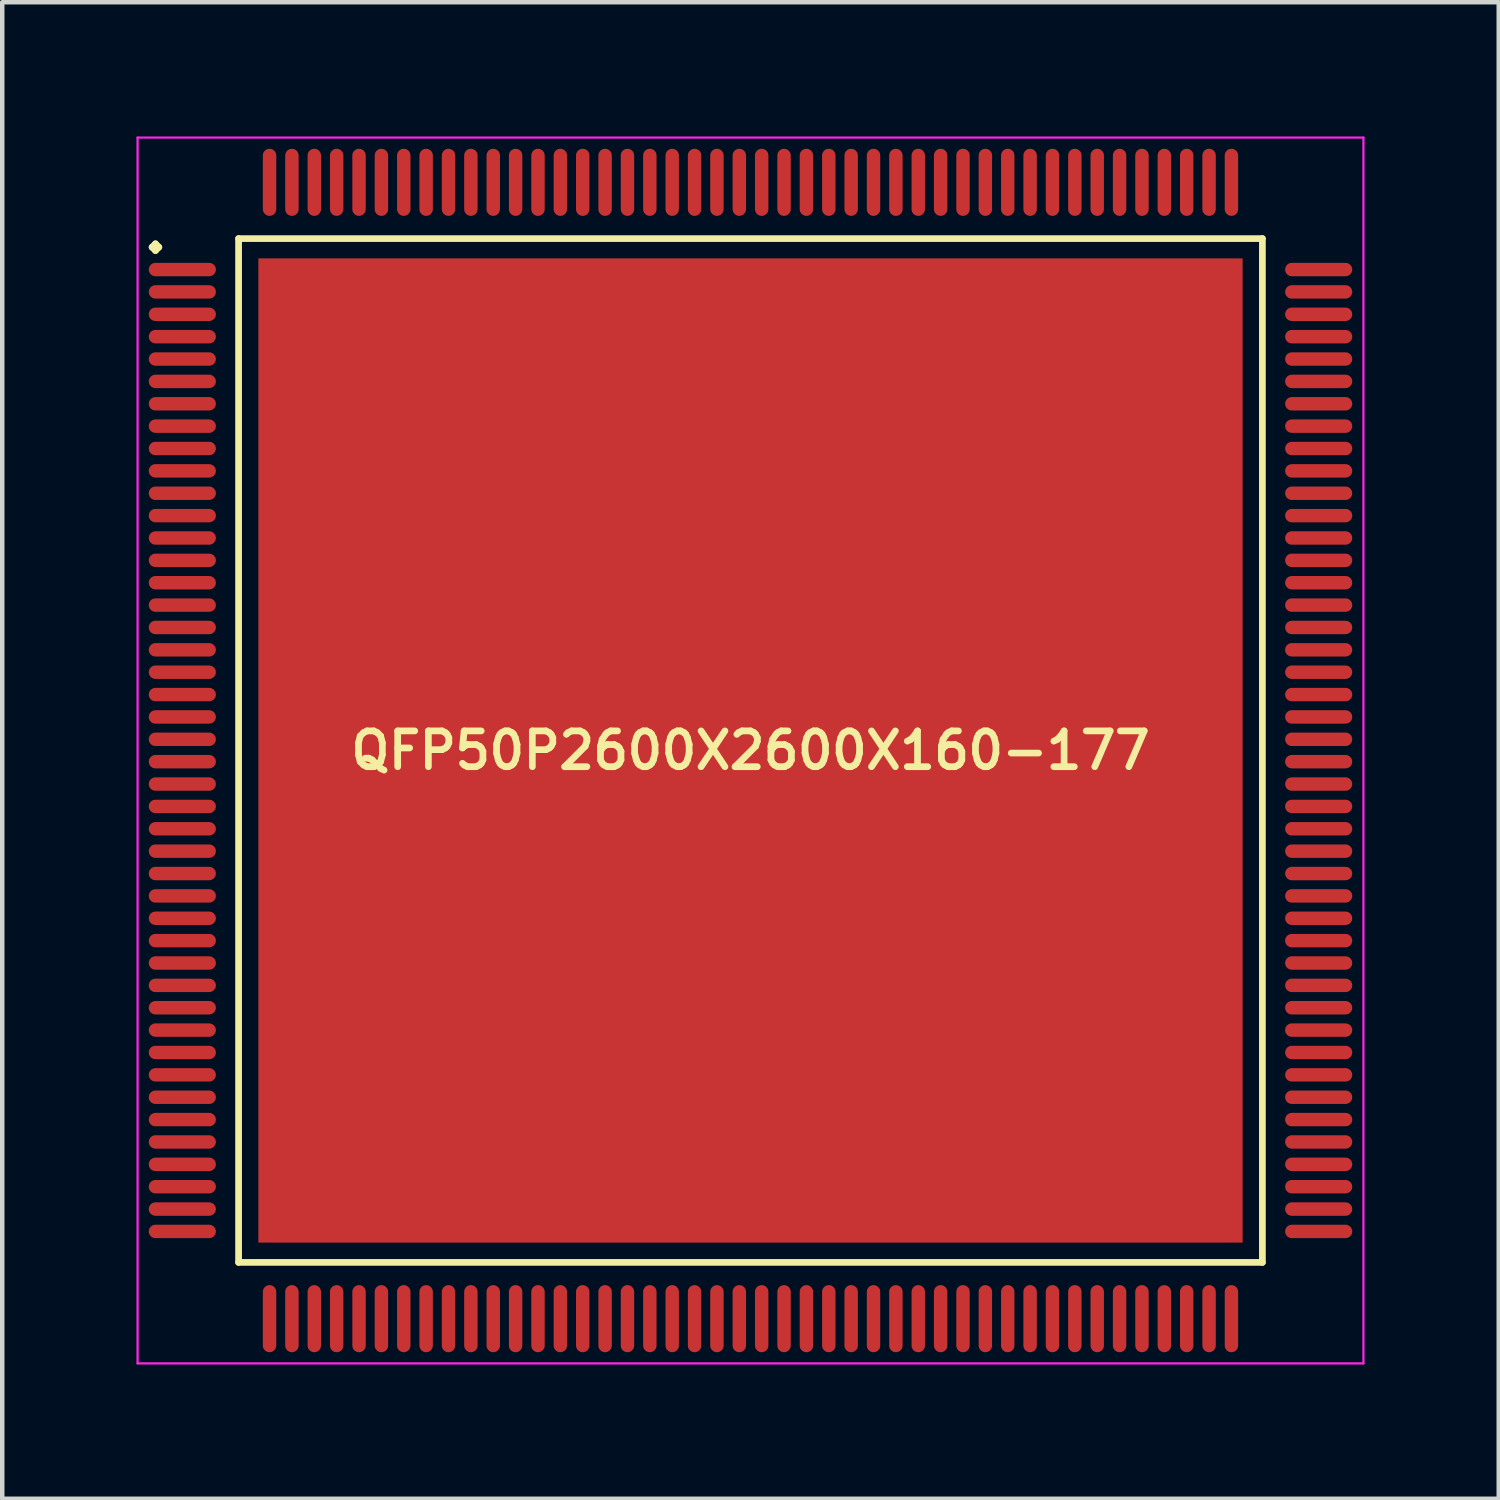
<source format=kicad_pcb>
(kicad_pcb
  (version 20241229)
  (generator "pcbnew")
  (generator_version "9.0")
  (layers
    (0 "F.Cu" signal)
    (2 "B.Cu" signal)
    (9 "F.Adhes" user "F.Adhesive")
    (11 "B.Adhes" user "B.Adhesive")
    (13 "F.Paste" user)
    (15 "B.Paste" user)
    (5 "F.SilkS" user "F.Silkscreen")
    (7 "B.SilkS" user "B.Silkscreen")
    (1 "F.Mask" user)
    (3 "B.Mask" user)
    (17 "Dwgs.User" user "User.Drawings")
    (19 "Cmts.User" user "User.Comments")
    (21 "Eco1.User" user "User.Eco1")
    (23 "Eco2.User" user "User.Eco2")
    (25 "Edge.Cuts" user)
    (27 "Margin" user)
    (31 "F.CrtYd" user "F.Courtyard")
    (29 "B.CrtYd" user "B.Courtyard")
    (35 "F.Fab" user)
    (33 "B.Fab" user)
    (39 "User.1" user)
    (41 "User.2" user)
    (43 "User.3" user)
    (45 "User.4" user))
  (footprint "QFP50P2600X2600X160-177"
    (layer "F.Cu")
    (at 13.725 13.725)
    (property "Reference" "QFP50P2600X2600X160-177" (at 0 0 0) (layer "F.SilkS") (effects (font (size 0.8 0.8) (thickness 0.15))))
    (attr smd)
    (fp_line (start -13.375 -11.25) (end -13.3 -11.325) (stroke (width 0.15) (type solid)) (layer "F.SilkS"))
    (fp_line (start -13.3 -11.325) (end -13.225 -11.25) (stroke (width 0.15) (type solid)) (layer "F.SilkS"))
    (fp_line (start -13.3 -11.175) (end -13.375 -11.25) (stroke (width 0.15) (type solid)) (layer "F.SilkS"))
    (fp_line (start -13.225 -11.25) (end -13.3 -11.175) (stroke (width 0.15) (type solid)) (layer "F.SilkS"))
    (fp_line (start -11.442 -11.442) (end -11.442 11.442) (stroke (width 0.15) (type solid)) (layer "F.SilkS"))
    (fp_line (start -11.442 11.442) (end 11.442 11.442) (stroke (width 0.15) (type solid)) (layer "F.SilkS"))
    (fp_line (start 11.442 -11.442) (end -11.442 -11.442) (stroke (width 0.15) (type solid)) (layer "F.SilkS"))
    (fp_line (start 11.442 11.442) (end 11.442 -11.442) (stroke (width 0.15) (type solid)) (layer "F.SilkS"))
    (fp_line (start -13.7 -13.7) (end 13.7 -13.7) (stroke (width 0.05) (type solid)) (layer "F.CrtYd"))
    (fp_line (start -13.7 13.7) (end -13.7 -13.7) (stroke (width 0.05) (type solid)) (layer "F.CrtYd"))
    (fp_line (start 13.7 -13.7) (end 13.7 13.7) (stroke (width 0.05) (type solid)) (layer "F.CrtYd"))
    (fp_line (start 13.7 13.7) (end -13.7 13.7) (stroke (width 0.05) (type solid)) (layer "F.CrtYd"))
    (pad "1" smd oval (at -12.7 -10.75) (size 1.5 0.3) (layers "F.Cu" "F.Mask" "F.Paste"))
    (pad "2" smd oval (at -12.7 -10.25) (size 1.5 0.3) (layers "F.Cu" "F.Mask" "F.Paste"))
    (pad "3" smd oval (at -12.7 -9.75) (size 1.5 0.3) (layers "F.Cu" "F.Mask" "F.Paste"))
    (pad "4" smd oval (at -12.7 -9.25) (size 1.5 0.3) (layers "F.Cu" "F.Mask" "F.Paste"))
    (pad "5" smd oval (at -12.7 -8.75) (size 1.5 0.3) (layers "F.Cu" "F.Mask" "F.Paste"))
    (pad "6" smd oval (at -12.7 -8.25) (size 1.5 0.3) (layers "F.Cu" "F.Mask" "F.Paste"))
    (pad "7" smd oval (at -12.7 -7.75) (size 1.5 0.3) (layers "F.Cu" "F.Mask" "F.Paste"))
    (pad "8" smd oval (at -12.7 -7.25) (size 1.5 0.3) (layers "F.Cu" "F.Mask" "F.Paste"))
    (pad "9" smd oval (at -12.7 -6.75) (size 1.5 0.3) (layers "F.Cu" "F.Mask" "F.Paste"))
    (pad "10" smd oval (at -12.7 -6.25) (size 1.5 0.3) (layers "F.Cu" "F.Mask" "F.Paste"))
    (pad "11" smd oval (at -12.7 -5.75) (size 1.5 0.3) (layers "F.Cu" "F.Mask" "F.Paste"))
    (pad "12" smd oval (at -12.7 -5.25) (size 1.5 0.3) (layers "F.Cu" "F.Mask" "F.Paste"))
    (pad "13" smd oval (at -12.7 -4.75) (size 1.5 0.3) (layers "F.Cu" "F.Mask" "F.Paste"))
    (pad "14" smd oval (at -12.7 -4.25) (size 1.5 0.3) (layers "F.Cu" "F.Mask" "F.Paste"))
    (pad "15" smd oval (at -12.7 -3.75) (size 1.5 0.3) (layers "F.Cu" "F.Mask" "F.Paste"))
    (pad "16" smd oval (at -12.7 -3.25) (size 1.5 0.3) (layers "F.Cu" "F.Mask" "F.Paste"))
    (pad "17" smd oval (at -12.7 -2.75) (size 1.5 0.3) (layers "F.Cu" "F.Mask" "F.Paste"))
    (pad "18" smd oval (at -12.7 -2.25) (size 1.5 0.3) (layers "F.Cu" "F.Mask" "F.Paste"))
    (pad "19" smd oval (at -12.7 -1.75) (size 1.5 0.3) (layers "F.Cu" "F.Mask" "F.Paste"))
    (pad "20" smd oval (at -12.7 -1.25) (size 1.5 0.3) (layers "F.Cu" "F.Mask" "F.Paste"))
    (pad "21" smd oval (at -12.7 -0.75) (size 1.5 0.3) (layers "F.Cu" "F.Mask" "F.Paste"))
    (pad "22" smd oval (at -12.7 -0.25) (size 1.5 0.3) (layers "F.Cu" "F.Mask" "F.Paste"))
    (pad "23" smd oval (at -12.7 0.25) (size 1.5 0.3) (layers "F.Cu" "F.Mask" "F.Paste"))
    (pad "24" smd oval (at -12.7 0.75) (size 1.5 0.3) (layers "F.Cu" "F.Mask" "F.Paste"))
    (pad "25" smd oval (at -12.7 1.25) (size 1.5 0.3) (layers "F.Cu" "F.Mask" "F.Paste"))
    (pad "26" smd oval (at -12.7 1.75) (size 1.5 0.3) (layers "F.Cu" "F.Mask" "F.Paste"))
    (pad "27" smd oval (at -12.7 2.25) (size 1.5 0.3) (layers "F.Cu" "F.Mask" "F.Paste"))
    (pad "28" smd oval (at -12.7 2.75) (size 1.5 0.3) (layers "F.Cu" "F.Mask" "F.Paste"))
    (pad "29" smd oval (at -12.7 3.25) (size 1.5 0.3) (layers "F.Cu" "F.Mask" "F.Paste"))
    (pad "30" smd oval (at -12.7 3.75) (size 1.5 0.3) (layers "F.Cu" "F.Mask" "F.Paste"))
    (pad "31" smd oval (at -12.7 4.25) (size 1.5 0.3) (layers "F.Cu" "F.Mask" "F.Paste"))
    (pad "32" smd oval (at -12.7 4.75) (size 1.5 0.3) (layers "F.Cu" "F.Mask" "F.Paste"))
    (pad "33" smd oval (at -12.7 5.25) (size 1.5 0.3) (layers "F.Cu" "F.Mask" "F.Paste"))
    (pad "34" smd oval (at -12.7 5.75) (size 1.5 0.3) (layers "F.Cu" "F.Mask" "F.Paste"))
    (pad "35" smd oval (at -12.7 6.25) (size 1.5 0.3) (layers "F.Cu" "F.Mask" "F.Paste"))
    (pad "36" smd oval (at -12.7 6.75) (size 1.5 0.3) (layers "F.Cu" "F.Mask" "F.Paste"))
    (pad "37" smd oval (at -12.7 7.25) (size 1.5 0.3) (layers "F.Cu" "F.Mask" "F.Paste"))
    (pad "38" smd oval (at -12.7 7.75) (size 1.5 0.3) (layers "F.Cu" "F.Mask" "F.Paste"))
    (pad "39" smd oval (at -12.7 8.25) (size 1.5 0.3) (layers "F.Cu" "F.Mask" "F.Paste"))
    (pad "40" smd oval (at -12.7 8.75) (size 1.5 0.3) (layers "F.Cu" "F.Mask" "F.Paste"))
    (pad "41" smd oval (at -12.7 9.25) (size 1.5 0.3) (layers "F.Cu" "F.Mask" "F.Paste"))
    (pad "42" smd oval (at -12.7 9.75) (size 1.5 0.3) (layers "F.Cu" "F.Mask" "F.Paste"))
    (pad "43" smd oval (at -12.7 10.25) (size 1.5 0.3) (layers "F.Cu" "F.Mask" "F.Paste"))
    (pad "44" smd oval (at -12.7 10.75) (size 1.5 0.3) (layers "F.Cu" "F.Mask" "F.Paste"))
    (pad "45" smd oval (at -10.75 12.7) (size 0.3 1.5) (layers "F.Cu" "F.Mask" "F.Paste"))
    (pad "46" smd oval (at -10.25 12.7) (size 0.3 1.5) (layers "F.Cu" "F.Mask" "F.Paste"))
    (pad "47" smd oval (at -9.75 12.7) (size 0.3 1.5) (layers "F.Cu" "F.Mask" "F.Paste"))
    (pad "48" smd oval (at -9.25 12.7) (size 0.3 1.5) (layers "F.Cu" "F.Mask" "F.Paste"))
    (pad "49" smd oval (at -8.75 12.7) (size 0.3 1.5) (layers "F.Cu" "F.Mask" "F.Paste"))
    (pad "50" smd oval (at -8.25 12.7) (size 0.3 1.5) (layers "F.Cu" "F.Mask" "F.Paste"))
    (pad "51" smd oval (at -7.75 12.7) (size 0.3 1.5) (layers "F.Cu" "F.Mask" "F.Paste"))
    (pad "52" smd oval (at -7.25 12.7) (size 0.3 1.5) (layers "F.Cu" "F.Mask" "F.Paste"))
    (pad "53" smd oval (at -6.75 12.7) (size 0.3 1.5) (layers "F.Cu" "F.Mask" "F.Paste"))
    (pad "54" smd oval (at -6.25 12.7) (size 0.3 1.5) (layers "F.Cu" "F.Mask" "F.Paste"))
    (pad "55" smd oval (at -5.75 12.7) (size 0.3 1.5) (layers "F.Cu" "F.Mask" "F.Paste"))
    (pad "56" smd oval (at -5.25 12.7) (size 0.3 1.5) (layers "F.Cu" "F.Mask" "F.Paste"))
    (pad "57" smd oval (at -4.75 12.7) (size 0.3 1.5) (layers "F.Cu" "F.Mask" "F.Paste"))
    (pad "58" smd oval (at -4.25 12.7) (size 0.3 1.5) (layers "F.Cu" "F.Mask" "F.Paste"))
    (pad "59" smd oval (at -3.75 12.7) (size 0.3 1.5) (layers "F.Cu" "F.Mask" "F.Paste"))
    (pad "60" smd oval (at -3.25 12.7) (size 0.3 1.5) (layers "F.Cu" "F.Mask" "F.Paste"))
    (pad "61" smd oval (at -2.75 12.7) (size 0.3 1.5) (layers "F.Cu" "F.Mask" "F.Paste"))
    (pad "62" smd oval (at -2.25 12.7) (size 0.3 1.5) (layers "F.Cu" "F.Mask" "F.Paste"))
    (pad "63" smd oval (at -1.75 12.7) (size 0.3 1.5) (layers "F.Cu" "F.Mask" "F.Paste"))
    (pad "64" smd oval (at -1.25 12.7) (size 0.3 1.5) (layers "F.Cu" "F.Mask" "F.Paste"))
    (pad "65" smd oval (at -0.75 12.7) (size 0.3 1.5) (layers "F.Cu" "F.Mask" "F.Paste"))
    (pad "66" smd oval (at -0.25 12.7) (size 0.3 1.5) (layers "F.Cu" "F.Mask" "F.Paste"))
    (pad "67" smd oval (at 0.25 12.7) (size 0.3 1.5) (layers "F.Cu" "F.Mask" "F.Paste"))
    (pad "68" smd oval (at 0.75 12.7) (size 0.3 1.5) (layers "F.Cu" "F.Mask" "F.Paste"))
    (pad "69" smd oval (at 1.25 12.7) (size 0.3 1.5) (layers "F.Cu" "F.Mask" "F.Paste"))
    (pad "70" smd oval (at 1.75 12.7) (size 0.3 1.5) (layers "F.Cu" "F.Mask" "F.Paste"))
    (pad "71" smd oval (at 2.25 12.7) (size 0.3 1.5) (layers "F.Cu" "F.Mask" "F.Paste"))
    (pad "72" smd oval (at 2.75 12.7) (size 0.3 1.5) (layers "F.Cu" "F.Mask" "F.Paste"))
    (pad "73" smd oval (at 3.25 12.7) (size 0.3 1.5) (layers "F.Cu" "F.Mask" "F.Paste"))
    (pad "74" smd oval (at 3.75 12.7) (size 0.3 1.5) (layers "F.Cu" "F.Mask" "F.Paste"))
    (pad "75" smd oval (at 4.25 12.7) (size 0.3 1.5) (layers "F.Cu" "F.Mask" "F.Paste"))
    (pad "76" smd oval (at 4.75 12.7) (size 0.3 1.5) (layers "F.Cu" "F.Mask" "F.Paste"))
    (pad "77" smd oval (at 5.25 12.7) (size 0.3 1.5) (layers "F.Cu" "F.Mask" "F.Paste"))
    (pad "78" smd oval (at 5.75 12.7) (size 0.3 1.5) (layers "F.Cu" "F.Mask" "F.Paste"))
    (pad "79" smd oval (at 6.25 12.7) (size 0.3 1.5) (layers "F.Cu" "F.Mask" "F.Paste"))
    (pad "80" smd oval (at 6.75 12.7) (size 0.3 1.5) (layers "F.Cu" "F.Mask" "F.Paste"))
    (pad "81" smd oval (at 7.25 12.7) (size 0.3 1.5) (layers "F.Cu" "F.Mask" "F.Paste"))
    (pad "82" smd oval (at 7.75 12.7) (size 0.3 1.5) (layers "F.Cu" "F.Mask" "F.Paste"))
    (pad "83" smd oval (at 8.25 12.7) (size 0.3 1.5) (layers "F.Cu" "F.Mask" "F.Paste"))
    (pad "84" smd oval (at 8.75 12.7) (size 0.3 1.5) (layers "F.Cu" "F.Mask" "F.Paste"))
    (pad "85" smd oval (at 9.25 12.7) (size 0.3 1.5) (layers "F.Cu" "F.Mask" "F.Paste"))
    (pad "86" smd oval (at 9.75 12.7) (size 0.3 1.5) (layers "F.Cu" "F.Mask" "F.Paste"))
    (pad "87" smd oval (at 10.25 12.7) (size 0.3 1.5) (layers "F.Cu" "F.Mask" "F.Paste"))
    (pad "88" smd oval (at 10.75 12.7) (size 0.3 1.5) (layers "F.Cu" "F.Mask" "F.Paste"))
    (pad "89" smd oval (at 12.7 10.75) (size 1.5 0.3) (layers "F.Cu" "F.Mask" "F.Paste"))
    (pad "90" smd oval (at 12.7 10.25) (size 1.5 0.3) (layers "F.Cu" "F.Mask" "F.Paste"))
    (pad "91" smd oval (at 12.7 9.75) (size 1.5 0.3) (layers "F.Cu" "F.Mask" "F.Paste"))
    (pad "92" smd oval (at 12.7 9.25) (size 1.5 0.3) (layers "F.Cu" "F.Mask" "F.Paste"))
    (pad "93" smd oval (at 12.7 8.75) (size 1.5 0.3) (layers "F.Cu" "F.Mask" "F.Paste"))
    (pad "94" smd oval (at 12.7 8.25) (size 1.5 0.3) (layers "F.Cu" "F.Mask" "F.Paste"))
    (pad "95" smd oval (at 12.7 7.75) (size 1.5 0.3) (layers "F.Cu" "F.Mask" "F.Paste"))
    (pad "96" smd oval (at 12.7 7.25) (size 1.5 0.3) (layers "F.Cu" "F.Mask" "F.Paste"))
    (pad "97" smd oval (at 12.7 6.75) (size 1.5 0.3) (layers "F.Cu" "F.Mask" "F.Paste"))
    (pad "98" smd oval (at 12.7 6.25) (size 1.5 0.3) (layers "F.Cu" "F.Mask" "F.Paste"))
    (pad "99" smd oval (at 12.7 5.75) (size 1.5 0.3) (layers "F.Cu" "F.Mask" "F.Paste"))
    (pad "100" smd oval (at 12.7 5.25) (size 1.5 0.3) (layers "F.Cu" "F.Mask" "F.Paste"))
    (pad "101" smd oval (at 12.7 4.75) (size 1.5 0.3) (layers "F.Cu" "F.Mask" "F.Paste"))
    (pad "102" smd oval (at 12.7 4.25) (size 1.5 0.3) (layers "F.Cu" "F.Mask" "F.Paste"))
    (pad "103" smd oval (at 12.7 3.75) (size 1.5 0.3) (layers "F.Cu" "F.Mask" "F.Paste"))
    (pad "104" smd oval (at 12.7 3.25) (size 1.5 0.3) (layers "F.Cu" "F.Mask" "F.Paste"))
    (pad "105" smd oval (at 12.7 2.75) (size 1.5 0.3) (layers "F.Cu" "F.Mask" "F.Paste"))
    (pad "106" smd oval (at 12.7 2.25) (size 1.5 0.3) (layers "F.Cu" "F.Mask" "F.Paste"))
    (pad "107" smd oval (at 12.7 1.75) (size 1.5 0.3) (layers "F.Cu" "F.Mask" "F.Paste"))
    (pad "108" smd oval (at 12.7 1.25) (size 1.5 0.3) (layers "F.Cu" "F.Mask" "F.Paste"))
    (pad "109" smd oval (at 12.7 0.75) (size 1.5 0.3) (layers "F.Cu" "F.Mask" "F.Paste"))
    (pad "110" smd oval (at 12.7 0.25) (size 1.5 0.3) (layers "F.Cu" "F.Mask" "F.Paste"))
    (pad "111" smd oval (at 12.7 -0.25) (size 1.5 0.3) (layers "F.Cu" "F.Mask" "F.Paste"))
    (pad "112" smd oval (at 12.7 -0.75) (size 1.5 0.3) (layers "F.Cu" "F.Mask" "F.Paste"))
    (pad "113" smd oval (at 12.7 -1.25) (size 1.5 0.3) (layers "F.Cu" "F.Mask" "F.Paste"))
    (pad "114" smd oval (at 12.7 -1.75) (size 1.5 0.3) (layers "F.Cu" "F.Mask" "F.Paste"))
    (pad "115" smd oval (at 12.7 -2.25) (size 1.5 0.3) (layers "F.Cu" "F.Mask" "F.Paste"))
    (pad "116" smd oval (at 12.7 -2.75) (size 1.5 0.3) (layers "F.Cu" "F.Mask" "F.Paste"))
    (pad "117" smd oval (at 12.7 -3.25) (size 1.5 0.3) (layers "F.Cu" "F.Mask" "F.Paste"))
    (pad "118" smd oval (at 12.7 -3.75) (size 1.5 0.3) (layers "F.Cu" "F.Mask" "F.Paste"))
    (pad "119" smd oval (at 12.7 -4.25) (size 1.5 0.3) (layers "F.Cu" "F.Mask" "F.Paste"))
    (pad "120" smd oval (at 12.7 -4.75) (size 1.5 0.3) (layers "F.Cu" "F.Mask" "F.Paste"))
    (pad "121" smd oval (at 12.7 -5.25) (size 1.5 0.3) (layers "F.Cu" "F.Mask" "F.Paste"))
    (pad "122" smd oval (at 12.7 -5.75) (size 1.5 0.3) (layers "F.Cu" "F.Mask" "F.Paste"))
    (pad "123" smd oval (at 12.7 -6.25) (size 1.5 0.3) (layers "F.Cu" "F.Mask" "F.Paste"))
    (pad "124" smd oval (at 12.7 -6.75) (size 1.5 0.3) (layers "F.Cu" "F.Mask" "F.Paste"))
    (pad "125" smd oval (at 12.7 -7.25) (size 1.5 0.3) (layers "F.Cu" "F.Mask" "F.Paste"))
    (pad "126" smd oval (at 12.7 -7.75) (size 1.5 0.3) (layers "F.Cu" "F.Mask" "F.Paste"))
    (pad "127" smd oval (at 12.7 -8.25) (size 1.5 0.3) (layers "F.Cu" "F.Mask" "F.Paste"))
    (pad "128" smd oval (at 12.7 -8.75) (size 1.5 0.3) (layers "F.Cu" "F.Mask" "F.Paste"))
    (pad "129" smd oval (at 12.7 -9.25) (size 1.5 0.3) (layers "F.Cu" "F.Mask" "F.Paste"))
    (pad "130" smd oval (at 12.7 -9.75) (size 1.5 0.3) (layers "F.Cu" "F.Mask" "F.Paste"))
    (pad "131" smd oval (at 12.7 -10.25) (size 1.5 0.3) (layers "F.Cu" "F.Mask" "F.Paste"))
    (pad "132" smd oval (at 12.7 -10.75) (size 1.5 0.3) (layers "F.Cu" "F.Mask" "F.Paste"))
    (pad "133" smd oval (at 10.75 -12.7) (size 0.3 1.5) (layers "F.Cu" "F.Mask" "F.Paste"))
    (pad "134" smd oval (at 10.25 -12.7) (size 0.3 1.5) (layers "F.Cu" "F.Mask" "F.Paste"))
    (pad "135" smd oval (at 9.75 -12.7) (size 0.3 1.5) (layers "F.Cu" "F.Mask" "F.Paste"))
    (pad "136" smd oval (at 9.25 -12.7) (size 0.3 1.5) (layers "F.Cu" "F.Mask" "F.Paste"))
    (pad "137" smd oval (at 8.75 -12.7) (size 0.3 1.5) (layers "F.Cu" "F.Mask" "F.Paste"))
    (pad "138" smd oval (at 8.25 -12.7) (size 0.3 1.5) (layers "F.Cu" "F.Mask" "F.Paste"))
    (pad "139" smd oval (at 7.75 -12.7) (size 0.3 1.5) (layers "F.Cu" "F.Mask" "F.Paste"))
    (pad "140" smd oval (at 7.25 -12.7) (size 0.3 1.5) (layers "F.Cu" "F.Mask" "F.Paste"))
    (pad "141" smd oval (at 6.75 -12.7) (size 0.3 1.5) (layers "F.Cu" "F.Mask" "F.Paste"))
    (pad "142" smd oval (at 6.25 -12.7) (size 0.3 1.5) (layers "F.Cu" "F.Mask" "F.Paste"))
    (pad "143" smd oval (at 5.75 -12.7) (size 0.3 1.5) (layers "F.Cu" "F.Mask" "F.Paste"))
    (pad "144" smd oval (at 5.25 -12.7) (size 0.3 1.5) (layers "F.Cu" "F.Mask" "F.Paste"))
    (pad "145" smd oval (at 4.75 -12.7) (size 0.3 1.5) (layers "F.Cu" "F.Mask" "F.Paste"))
    (pad "146" smd oval (at 4.25 -12.7) (size 0.3 1.5) (layers "F.Cu" "F.Mask" "F.Paste"))
    (pad "147" smd oval (at 3.75 -12.7) (size 0.3 1.5) (layers "F.Cu" "F.Mask" "F.Paste"))
    (pad "148" smd oval (at 3.25 -12.7) (size 0.3 1.5) (layers "F.Cu" "F.Mask" "F.Paste"))
    (pad "149" smd oval (at 2.75 -12.7) (size 0.3 1.5) (layers "F.Cu" "F.Mask" "F.Paste"))
    (pad "150" smd oval (at 2.25 -12.7) (size 0.3 1.5) (layers "F.Cu" "F.Mask" "F.Paste"))
    (pad "151" smd oval (at 1.75 -12.7) (size 0.3 1.5) (layers "F.Cu" "F.Mask" "F.Paste"))
    (pad "152" smd oval (at 1.25 -12.7) (size 0.3 1.5) (layers "F.Cu" "F.Mask" "F.Paste"))
    (pad "153" smd oval (at 0.75 -12.7) (size 0.3 1.5) (layers "F.Cu" "F.Mask" "F.Paste"))
    (pad "154" smd oval (at 0.25 -12.7) (size 0.3 1.5) (layers "F.Cu" "F.Mask" "F.Paste"))
    (pad "155" smd oval (at -0.25 -12.7) (size 0.3 1.5) (layers "F.Cu" "F.Mask" "F.Paste"))
    (pad "156" smd oval (at -0.75 -12.7) (size 0.3 1.5) (layers "F.Cu" "F.Mask" "F.Paste"))
    (pad "157" smd oval (at -1.25 -12.7) (size 0.3 1.5) (layers "F.Cu" "F.Mask" "F.Paste"))
    (pad "158" smd oval (at -1.75 -12.7) (size 0.3 1.5) (layers "F.Cu" "F.Mask" "F.Paste"))
    (pad "159" smd oval (at -2.25 -12.7) (size 0.3 1.5) (layers "F.Cu" "F.Mask" "F.Paste"))
    (pad "160" smd oval (at -2.75 -12.7) (size 0.3 1.5) (layers "F.Cu" "F.Mask" "F.Paste"))
    (pad "161" smd oval (at -3.25 -12.7) (size 0.3 1.5) (layers "F.Cu" "F.Mask" "F.Paste"))
    (pad "162" smd oval (at -3.75 -12.7) (size 0.3 1.5) (layers "F.Cu" "F.Mask" "F.Paste"))
    (pad "163" smd oval (at -4.25 -12.7) (size 0.3 1.5) (layers "F.Cu" "F.Mask" "F.Paste"))
    (pad "164" smd oval (at -4.75 -12.7) (size 0.3 1.5) (layers "F.Cu" "F.Mask" "F.Paste"))
    (pad "165" smd oval (at -5.25 -12.7) (size 0.3 1.5) (layers "F.Cu" "F.Mask" "F.Paste"))
    (pad "166" smd oval (at -5.75 -12.7) (size 0.3 1.5) (layers "F.Cu" "F.Mask" "F.Paste"))
    (pad "167" smd oval (at -6.25 -12.7) (size 0.3 1.5) (layers "F.Cu" "F.Mask" "F.Paste"))
    (pad "168" smd oval (at -6.75 -12.7) (size 0.3 1.5) (layers "F.Cu" "F.Mask" "F.Paste"))
    (pad "169" smd oval (at -7.25 -12.7) (size 0.3 1.5) (layers "F.Cu" "F.Mask" "F.Paste"))
    (pad "170" smd oval (at -7.75 -12.7) (size 0.3 1.5) (layers "F.Cu" "F.Mask" "F.Paste"))
    (pad "171" smd oval (at -8.25 -12.7) (size 0.3 1.5) (layers "F.Cu" "F.Mask" "F.Paste"))
    (pad "172" smd oval (at -8.75 -12.7) (size 0.3 1.5) (layers "F.Cu" "F.Mask" "F.Paste"))
    (pad "173" smd oval (at -9.25 -12.7) (size 0.3 1.5) (layers "F.Cu" "F.Mask" "F.Paste"))
    (pad "174" smd oval (at -9.75 -12.7) (size 0.3 1.5) (layers "F.Cu" "F.Mask" "F.Paste"))
    (pad "175" smd oval (at -10.25 -12.7) (size 0.3 1.5) (layers "F.Cu" "F.Mask" "F.Paste"))
    (pad "176" smd oval (at -10.75 -12.7) (size 0.3 1.5) (layers "F.Cu" "F.Mask" "F.Paste"))
    (pad "177" smd rect (at 0 0) (size 22 22) (layers "F.Cu" "F.Mask" "F.Paste")))
  (gr_rect
    (start -3 -3)
    (end 30.45 30.45)
    (stroke (width 0.1) (type default))
    (fill no)
    (layer "Edge.Cuts")))
</source>
